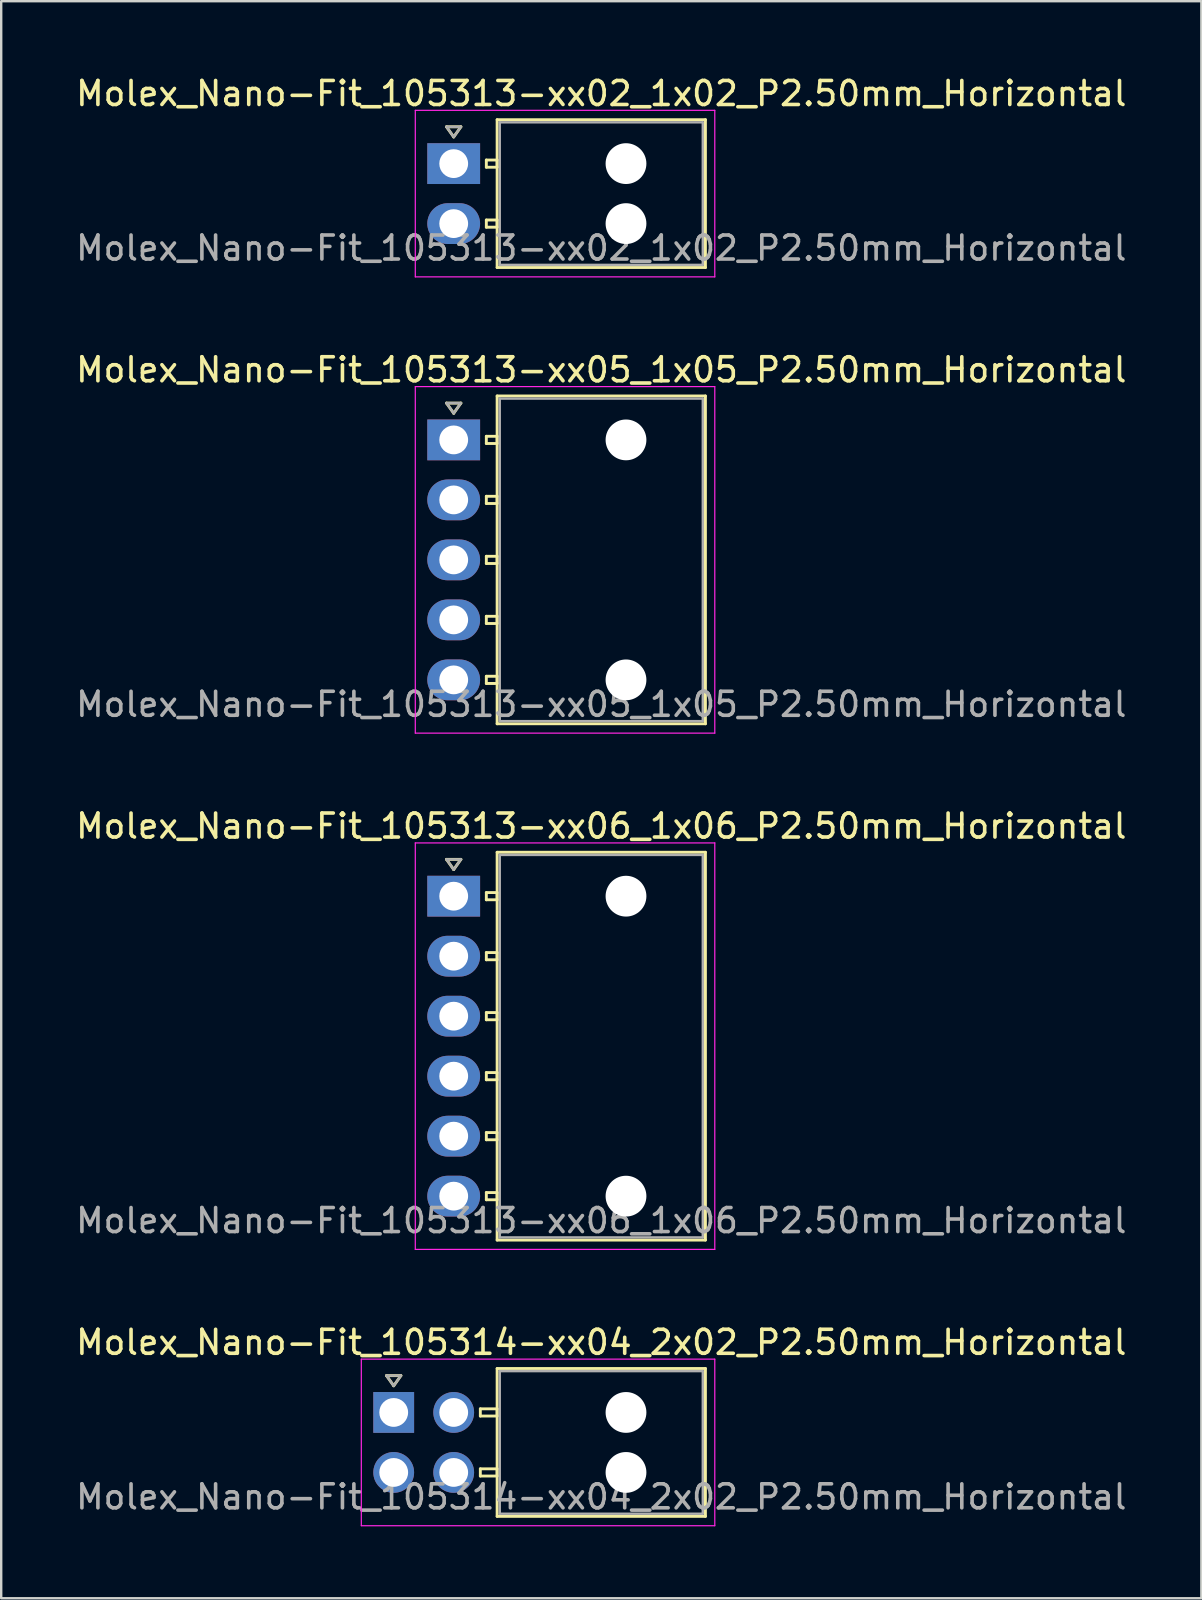
<source format=kicad_pcb>
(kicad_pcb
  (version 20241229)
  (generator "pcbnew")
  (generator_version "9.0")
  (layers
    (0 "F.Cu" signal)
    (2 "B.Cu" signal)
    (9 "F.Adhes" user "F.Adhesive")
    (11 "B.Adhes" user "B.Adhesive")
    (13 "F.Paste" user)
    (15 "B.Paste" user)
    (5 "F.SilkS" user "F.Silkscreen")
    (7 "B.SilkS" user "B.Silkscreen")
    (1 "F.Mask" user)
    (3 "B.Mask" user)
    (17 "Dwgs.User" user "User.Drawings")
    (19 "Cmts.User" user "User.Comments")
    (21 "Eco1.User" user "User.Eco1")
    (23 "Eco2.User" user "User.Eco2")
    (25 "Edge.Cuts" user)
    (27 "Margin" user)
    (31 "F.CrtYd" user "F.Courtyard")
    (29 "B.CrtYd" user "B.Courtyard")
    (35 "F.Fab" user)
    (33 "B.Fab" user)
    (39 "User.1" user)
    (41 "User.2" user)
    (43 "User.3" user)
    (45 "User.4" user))
  (footprint "Molex_Nano-Fit_105313-xx06_1x06_P2.50mm_Horizontal"
    (layer "F.Cu")
    (at 15.856 34.295)
    (property "Reference" "Molex_Nano-Fit_105313-xx06_1x06_P2.50mm_Horizontal" (at 6.15 -2.92 0) (layer "F.SilkS") (effects (font (size 1 1) (thickness 0.15))))
    (attr through_hole)
    (fp_line (start -0.3 -1.534) (end 0 -1.11) (stroke (width 0.12) (type solid)) (layer "F.SilkS"))
    (fp_line (start 0 -1.11) (end 0.3 -1.534) (stroke (width 0.12) (type solid)) (layer "F.SilkS"))
    (fp_line (start 0.3 -1.534) (end -0.3 -1.534) (stroke (width 0.12) (type solid)) (layer "F.SilkS"))
    (fp_line (start 1.36 -0.15) (end 1.36 0.15) (stroke (width 0.12) (type solid)) (layer "F.SilkS"))
    (fp_line (start 1.36 0.15) (end 1.81 0.15) (stroke (width 0.12) (type solid)) (layer "F.SilkS"))
    (fp_line (start 1.36 2.35) (end 1.36 2.65) (stroke (width 0.12) (type solid)) (layer "F.SilkS"))
    (fp_line (start 1.36 2.65) (end 1.81 2.65) (stroke (width 0.12) (type solid)) (layer "F.SilkS"))
    (fp_line (start 1.36 4.85) (end 1.36 5.15) (stroke (width 0.12) (type solid)) (layer "F.SilkS"))
    (fp_line (start 1.36 5.15) (end 1.81 5.15) (stroke (width 0.12) (type solid)) (layer "F.SilkS"))
    (fp_line (start 1.36 7.35) (end 1.36 7.65) (stroke (width 0.12) (type solid)) (layer "F.SilkS"))
    (fp_line (start 1.36 7.65) (end 1.81 7.65) (stroke (width 0.12) (type solid)) (layer "F.SilkS"))
    (fp_line (start 1.36 9.85) (end 1.36 10.15) (stroke (width 0.12) (type solid)) (layer "F.SilkS"))
    (fp_line (start 1.36 10.15) (end 1.81 10.15) (stroke (width 0.12) (type solid)) (layer "F.SilkS"))
    (fp_line (start 1.36 12.35) (end 1.36 12.65) (stroke (width 0.12) (type solid)) (layer "F.SilkS"))
    (fp_line (start 1.36 12.65) (end 1.81 12.65) (stroke (width 0.12) (type solid)) (layer "F.SilkS"))
    (fp_line (start 1.81 -1.83) (end 1.81 14.33) (stroke (width 0.12) (type solid)) (layer "F.SilkS"))
    (fp_line (start 1.81 -0.15) (end 1.36 -0.15) (stroke (width 0.12) (type solid)) (layer "F.SilkS"))
    (fp_line (start 1.81 0.15) (end 1.81 -0.15) (stroke (width 0.12) (type solid)) (layer "F.SilkS"))
    (fp_line (start 1.81 2.35) (end 1.36 2.35) (stroke (width 0.12) (type solid)) (layer "F.SilkS"))
    (fp_line (start 1.81 2.65) (end 1.81 2.35) (stroke (width 0.12) (type solid)) (layer "F.SilkS"))
    (fp_line (start 1.81 4.85) (end 1.36 4.85) (stroke (width 0.12) (type solid)) (layer "F.SilkS"))
    (fp_line (start 1.81 5.15) (end 1.81 4.85) (stroke (width 0.12) (type solid)) (layer "F.SilkS"))
    (fp_line (start 1.81 7.35) (end 1.36 7.35) (stroke (width 0.12) (type solid)) (layer "F.SilkS"))
    (fp_line (start 1.81 7.65) (end 1.81 7.35) (stroke (width 0.12) (type solid)) (layer "F.SilkS"))
    (fp_line (start 1.81 9.85) (end 1.36 9.85) (stroke (width 0.12) (type solid)) (layer "F.SilkS"))
    (fp_line (start 1.81 10.15) (end 1.81 9.85) (stroke (width 0.12) (type solid)) (layer "F.SilkS"))
    (fp_line (start 1.81 12.35) (end 1.36 12.35) (stroke (width 0.12) (type solid)) (layer "F.SilkS"))
    (fp_line (start 1.81 12.65) (end 1.81 12.35) (stroke (width 0.12) (type solid)) (layer "F.SilkS"))
    (fp_line (start 1.81 14.33) (end 10.49 14.33) (stroke (width 0.12) (type solid)) (layer "F.SilkS"))
    (fp_line (start 10.49 -1.83) (end 1.81 -1.83) (stroke (width 0.12) (type solid)) (layer "F.SilkS"))
    (fp_line (start 10.49 14.33) (end 10.49 -1.83) (stroke (width 0.12) (type solid)) (layer "F.SilkS"))
    (fp_line (start -1.6 -2.22) (end -1.6 14.72) (stroke (width 0.05) (type solid)) (layer "F.CrtYd"))
    (fp_line (start -1.6 14.72) (end 10.88 14.72) (stroke (width 0.05) (type solid)) (layer "F.CrtYd"))
    (fp_line (start 10.88 -2.22) (end -1.6 -2.22) (stroke (width 0.05) (type solid)) (layer "F.CrtYd"))
    (fp_line (start 10.88 14.72) (end 10.88 -2.22) (stroke (width 0.05) (type solid)) (layer "F.CrtYd"))
    (fp_line (start -0.3 -1.534) (end 0 -1.11) (stroke (width 0.1) (type solid)) (layer "F.Fab"))
    (fp_line (start 0 -1.11) (end 0.3 -1.534) (stroke (width 0.1) (type solid)) (layer "F.Fab"))
    (fp_line (start 0.3 -1.534) (end -0.3 -1.534) (stroke (width 0.1) (type solid)) (layer "F.Fab"))
    (fp_line (start 1.92 -1.72) (end 1.92 14.22) (stroke (width 0.1) (type solid)) (layer "F.Fab"))
    (fp_line (start 1.92 14.22) (end 10.38 14.22) (stroke (width 0.1) (type solid)) (layer "F.Fab"))
    (fp_line (start 10.38 -1.72) (end 1.92 -1.72) (stroke (width 0.1) (type solid)) (layer "F.Fab"))
    (fp_line (start 10.38 14.22) (end 10.38 -1.72) (stroke (width 0.1) (type solid)) (layer "F.Fab"))
    (fp_text user "${REFERENCE}" (at 6.15 13.52 0) (layer "F.Fab") (effects (font (size 1 1) (thickness 0.15))))
    (pad "" np_thru_hole circle (at 7.18 0) (size 1.7 1.7) (drill 1.7) (layers "*.Cu" "*.Mask"))
    (pad "" np_thru_hole circle (at 7.18 12.5) (size 1.7 1.7) (drill 1.7) (layers "*.Cu" "*.Mask"))
    (pad "1" thru_hole rect (at 0 0) (size 2.2 1.7) (drill 1.2) (layers "*.Cu" "*.Mask"))
    (pad "2" thru_hole oval (at 0 2.5) (size 2.2 1.7) (drill 1.2) (layers "*.Cu" "*.Mask"))
    (pad "3" thru_hole oval (at 0 5) (size 2.2 1.7) (drill 1.2) (layers "*.Cu" "*.Mask"))
    (pad "4" thru_hole oval (at 0 7.5) (size 2.2 1.7) (drill 1.2) (layers "*.Cu" "*.Mask"))
    (pad "5" thru_hole oval (at 0 10) (size 2.2 1.7) (drill 1.2) (layers "*.Cu" "*.Mask"))
    (pad "6" thru_hole oval (at 0 12.5) (size 2.2 1.7) (drill 1.2) (layers "*.Cu" "*.Mask")))
  (footprint "Molex_Nano-Fit_105314-xx04_2x02_P2.50mm_Horizontal"
    (layer "F.Cu")
    (at 13.356 55.808)
    (property "Reference" "Molex_Nano-Fit_105314-xx04_2x02_P2.50mm_Horizontal" (at 8.65 -2.92 0) (layer "F.SilkS") (effects (font (size 1 1) (thickness 0.15))))
    (attr through_hole)
    (fp_line (start -0.3 -1.534) (end 0 -1.11) (stroke (width 0.12) (type solid)) (layer "F.SilkS"))
    (fp_line (start 0 -1.11) (end 0.3 -1.534) (stroke (width 0.12) (type solid)) (layer "F.SilkS"))
    (fp_line (start 0.3 -1.534) (end -0.3 -1.534) (stroke (width 0.12) (type solid)) (layer "F.SilkS"))
    (fp_line (start 3.61 -0.15) (end 3.61 0.15) (stroke (width 0.12) (type solid)) (layer "F.SilkS"))
    (fp_line (start 3.61 0.15) (end 4.31 0.15) (stroke (width 0.12) (type solid)) (layer "F.SilkS"))
    (fp_line (start 3.61 2.35) (end 3.61 2.65) (stroke (width 0.12) (type solid)) (layer "F.SilkS"))
    (fp_line (start 3.61 2.65) (end 4.31 2.65) (stroke (width 0.12) (type solid)) (layer "F.SilkS"))
    (fp_line (start 4.31 -1.83) (end 4.31 4.33) (stroke (width 0.12) (type solid)) (layer "F.SilkS"))
    (fp_line (start 4.31 -0.15) (end 3.61 -0.15) (stroke (width 0.12) (type solid)) (layer "F.SilkS"))
    (fp_line (start 4.31 0.15) (end 4.31 -0.15) (stroke (width 0.12) (type solid)) (layer "F.SilkS"))
    (fp_line (start 4.31 2.35) (end 3.61 2.35) (stroke (width 0.12) (type solid)) (layer "F.SilkS"))
    (fp_line (start 4.31 2.65) (end 4.31 2.35) (stroke (width 0.12) (type solid)) (layer "F.SilkS"))
    (fp_line (start 4.31 4.33) (end 12.99 4.33) (stroke (width 0.12) (type solid)) (layer "F.SilkS"))
    (fp_line (start 12.99 -1.83) (end 4.31 -1.83) (stroke (width 0.12) (type solid)) (layer "F.SilkS"))
    (fp_line (start 12.99 4.33) (end 12.99 -1.83) (stroke (width 0.12) (type solid)) (layer "F.SilkS"))
    (fp_line (start -1.35 -2.22) (end -1.35 4.72) (stroke (width 0.05) (type solid)) (layer "F.CrtYd"))
    (fp_line (start -1.35 4.72) (end 13.38 4.72) (stroke (width 0.05) (type solid)) (layer "F.CrtYd"))
    (fp_line (start 13.38 -2.22) (end -1.35 -2.22) (stroke (width 0.05) (type solid)) (layer "F.CrtYd"))
    (fp_line (start 13.38 4.72) (end 13.38 -2.22) (stroke (width 0.05) (type solid)) (layer "F.CrtYd"))
    (fp_line (start -0.3 -1.534) (end 0 -1.11) (stroke (width 0.1) (type solid)) (layer "F.Fab"))
    (fp_line (start 0 -1.11) (end 0.3 -1.534) (stroke (width 0.1) (type solid)) (layer "F.Fab"))
    (fp_line (start 0.3 -1.534) (end -0.3 -1.534) (stroke (width 0.1) (type solid)) (layer "F.Fab"))
    (fp_line (start 4.42 -1.72) (end 4.42 4.22) (stroke (width 0.1) (type solid)) (layer "F.Fab"))
    (fp_line (start 4.42 4.22) (end 12.88 4.22) (stroke (width 0.1) (type solid)) (layer "F.Fab"))
    (fp_line (start 12.88 -1.72) (end 4.42 -1.72) (stroke (width 0.1) (type solid)) (layer "F.Fab"))
    (fp_line (start 12.88 4.22) (end 12.88 -1.72) (stroke (width 0.1) (type solid)) (layer "F.Fab"))
    (fp_text user "${REFERENCE}" (at 8.65 3.52 0) (layer "F.Fab") (effects (font (size 1 1) (thickness 0.15))))
    (pad "" np_thru_hole circle (at 9.68 0) (size 1.7 1.7) (drill 1.7) (layers "*.Cu" "*.Mask"))
    (pad "" np_thru_hole circle (at 9.68 2.5) (size 1.7 1.7) (drill 1.7) (layers "*.Cu" "*.Mask"))
    (pad "1" thru_hole rect (at 0 0) (size 1.7 1.7) (drill 1.2) (layers "*.Cu" "*.Mask"))
    (pad "2" thru_hole circle (at 0 2.5) (size 1.7 1.7) (drill 1.2) (layers "*.Cu" "*.Mask"))
    (pad "3" thru_hole circle (at 2.5 0) (size 1.7 1.7) (drill 1.2) (layers "*.Cu" "*.Mask"))
    (pad "4" thru_hole circle (at 2.5 2.5) (size 1.7 1.7) (drill 1.2) (layers "*.Cu" "*.Mask")))
  (footprint "Molex_Nano-Fit_105313-xx05_1x05_P2.50mm_Horizontal"
    (layer "F.Cu")
    (at 15.856 15.281)
    (property "Reference" "Molex_Nano-Fit_105313-xx05_1x05_P2.50mm_Horizontal" (at 6.15 -2.92 0) (layer "F.SilkS") (effects (font (size 1 1) (thickness 0.15))))
    (attr through_hole)
    (fp_line (start -0.3 -1.534) (end 0 -1.11) (stroke (width 0.12) (type solid)) (layer "F.SilkS"))
    (fp_line (start 0 -1.11) (end 0.3 -1.534) (stroke (width 0.12) (type solid)) (layer "F.SilkS"))
    (fp_line (start 0.3 -1.534) (end -0.3 -1.534) (stroke (width 0.12) (type solid)) (layer "F.SilkS"))
    (fp_line (start 1.36 -0.15) (end 1.36 0.15) (stroke (width 0.12) (type solid)) (layer "F.SilkS"))
    (fp_line (start 1.36 0.15) (end 1.81 0.15) (stroke (width 0.12) (type solid)) (layer "F.SilkS"))
    (fp_line (start 1.36 2.35) (end 1.36 2.65) (stroke (width 0.12) (type solid)) (layer "F.SilkS"))
    (fp_line (start 1.36 2.65) (end 1.81 2.65) (stroke (width 0.12) (type solid)) (layer "F.SilkS"))
    (fp_line (start 1.36 4.85) (end 1.36 5.15) (stroke (width 0.12) (type solid)) (layer "F.SilkS"))
    (fp_line (start 1.36 5.15) (end 1.81 5.15) (stroke (width 0.12) (type solid)) (layer "F.SilkS"))
    (fp_line (start 1.36 7.35) (end 1.36 7.65) (stroke (width 0.12) (type solid)) (layer "F.SilkS"))
    (fp_line (start 1.36 7.65) (end 1.81 7.65) (stroke (width 0.12) (type solid)) (layer "F.SilkS"))
    (fp_line (start 1.36 9.85) (end 1.36 10.15) (stroke (width 0.12) (type solid)) (layer "F.SilkS"))
    (fp_line (start 1.36 10.15) (end 1.81 10.15) (stroke (width 0.12) (type solid)) (layer "F.SilkS"))
    (fp_line (start 1.81 -1.83) (end 1.81 11.83) (stroke (width 0.12) (type solid)) (layer "F.SilkS"))
    (fp_line (start 1.81 -0.15) (end 1.36 -0.15) (stroke (width 0.12) (type solid)) (layer "F.SilkS"))
    (fp_line (start 1.81 0.15) (end 1.81 -0.15) (stroke (width 0.12) (type solid)) (layer "F.SilkS"))
    (fp_line (start 1.81 2.35) (end 1.36 2.35) (stroke (width 0.12) (type solid)) (layer "F.SilkS"))
    (fp_line (start 1.81 2.65) (end 1.81 2.35) (stroke (width 0.12) (type solid)) (layer "F.SilkS"))
    (fp_line (start 1.81 4.85) (end 1.36 4.85) (stroke (width 0.12) (type solid)) (layer "F.SilkS"))
    (fp_line (start 1.81 5.15) (end 1.81 4.85) (stroke (width 0.12) (type solid)) (layer "F.SilkS"))
    (fp_line (start 1.81 7.35) (end 1.36 7.35) (stroke (width 0.12) (type solid)) (layer "F.SilkS"))
    (fp_line (start 1.81 7.65) (end 1.81 7.35) (stroke (width 0.12) (type solid)) (layer "F.SilkS"))
    (fp_line (start 1.81 9.85) (end 1.36 9.85) (stroke (width 0.12) (type solid)) (layer "F.SilkS"))
    (fp_line (start 1.81 10.15) (end 1.81 9.85) (stroke (width 0.12) (type solid)) (layer "F.SilkS"))
    (fp_line (start 1.81 11.83) (end 10.49 11.83) (stroke (width 0.12) (type solid)) (layer "F.SilkS"))
    (fp_line (start 10.49 -1.83) (end 1.81 -1.83) (stroke (width 0.12) (type solid)) (layer "F.SilkS"))
    (fp_line (start 10.49 11.83) (end 10.49 -1.83) (stroke (width 0.12) (type solid)) (layer "F.SilkS"))
    (fp_line (start -1.6 -2.22) (end -1.6 12.22) (stroke (width 0.05) (type solid)) (layer "F.CrtYd"))
    (fp_line (start -1.6 12.22) (end 10.88 12.22) (stroke (width 0.05) (type solid)) (layer "F.CrtYd"))
    (fp_line (start 10.88 -2.22) (end -1.6 -2.22) (stroke (width 0.05) (type solid)) (layer "F.CrtYd"))
    (fp_line (start 10.88 12.22) (end 10.88 -2.22) (stroke (width 0.05) (type solid)) (layer "F.CrtYd"))
    (fp_line (start -0.3 -1.534) (end 0 -1.11) (stroke (width 0.1) (type solid)) (layer "F.Fab"))
    (fp_line (start 0 -1.11) (end 0.3 -1.534) (stroke (width 0.1) (type solid)) (layer "F.Fab"))
    (fp_line (start 0.3 -1.534) (end -0.3 -1.534) (stroke (width 0.1) (type solid)) (layer "F.Fab"))
    (fp_line (start 1.92 -1.72) (end 1.92 11.72) (stroke (width 0.1) (type solid)) (layer "F.Fab"))
    (fp_line (start 1.92 11.72) (end 10.38 11.72) (stroke (width 0.1) (type solid)) (layer "F.Fab"))
    (fp_line (start 10.38 -1.72) (end 1.92 -1.72) (stroke (width 0.1) (type solid)) (layer "F.Fab"))
    (fp_line (start 10.38 11.72) (end 10.38 -1.72) (stroke (width 0.1) (type solid)) (layer "F.Fab"))
    (fp_text user "${REFERENCE}" (at 6.15 11.02 0) (layer "F.Fab") (effects (font (size 1 1) (thickness 0.15))))
    (pad "" np_thru_hole circle (at 7.18 0) (size 1.7 1.7) (drill 1.7) (layers "*.Cu" "*.Mask"))
    (pad "" np_thru_hole circle (at 7.18 10) (size 1.7 1.7) (drill 1.7) (layers "*.Cu" "*.Mask"))
    (pad "1" thru_hole rect (at 0 0) (size 2.2 1.7) (drill 1.2) (layers "*.Cu" "*.Mask"))
    (pad "2" thru_hole oval (at 0 2.5) (size 2.2 1.7) (drill 1.2) (layers "*.Cu" "*.Mask"))
    (pad "3" thru_hole oval (at 0 5) (size 2.2 1.7) (drill 1.2) (layers "*.Cu" "*.Mask"))
    (pad "4" thru_hole oval (at 0 7.5) (size 2.2 1.7) (drill 1.2) (layers "*.Cu" "*.Mask"))
    (pad "5" thru_hole oval (at 0 10) (size 2.2 1.7) (drill 1.2) (layers "*.Cu" "*.Mask")))
  (footprint "Molex_Nano-Fit_105313-xx02_1x02_P2.50mm_Horizontal"
    (layer "F.Cu")
    (at 15.856 3.768)
    (property "Reference" "Molex_Nano-Fit_105313-xx02_1x02_P2.50mm_Horizontal" (at 6.15 -2.92 0) (layer "F.SilkS") (effects (font (size 1 1) (thickness 0.15))))
    (attr through_hole)
    (fp_line (start -0.3 -1.534) (end 0 -1.11) (stroke (width 0.12) (type solid)) (layer "F.SilkS"))
    (fp_line (start 0 -1.11) (end 0.3 -1.534) (stroke (width 0.12) (type solid)) (layer "F.SilkS"))
    (fp_line (start 0.3 -1.534) (end -0.3 -1.534) (stroke (width 0.12) (type solid)) (layer "F.SilkS"))
    (fp_line (start 1.36 -0.15) (end 1.36 0.15) (stroke (width 0.12) (type solid)) (layer "F.SilkS"))
    (fp_line (start 1.36 0.15) (end 1.81 0.15) (stroke (width 0.12) (type solid)) (layer "F.SilkS"))
    (fp_line (start 1.36 2.35) (end 1.36 2.65) (stroke (width 0.12) (type solid)) (layer "F.SilkS"))
    (fp_line (start 1.36 2.65) (end 1.81 2.65) (stroke (width 0.12) (type solid)) (layer "F.SilkS"))
    (fp_line (start 1.81 -1.83) (end 1.81 4.33) (stroke (width 0.12) (type solid)) (layer "F.SilkS"))
    (fp_line (start 1.81 -0.15) (end 1.36 -0.15) (stroke (width 0.12) (type solid)) (layer "F.SilkS"))
    (fp_line (start 1.81 0.15) (end 1.81 -0.15) (stroke (width 0.12) (type solid)) (layer "F.SilkS"))
    (fp_line (start 1.81 2.35) (end 1.36 2.35) (stroke (width 0.12) (type solid)) (layer "F.SilkS"))
    (fp_line (start 1.81 2.65) (end 1.81 2.35) (stroke (width 0.12) (type solid)) (layer "F.SilkS"))
    (fp_line (start 1.81 4.33) (end 10.49 4.33) (stroke (width 0.12) (type solid)) (layer "F.SilkS"))
    (fp_line (start 10.49 -1.83) (end 1.81 -1.83) (stroke (width 0.12) (type solid)) (layer "F.SilkS"))
    (fp_line (start 10.49 4.33) (end 10.49 -1.83) (stroke (width 0.12) (type solid)) (layer "F.SilkS"))
    (fp_line (start -1.6 -2.22) (end -1.6 4.72) (stroke (width 0.05) (type solid)) (layer "F.CrtYd"))
    (fp_line (start -1.6 4.72) (end 10.88 4.72) (stroke (width 0.05) (type solid)) (layer "F.CrtYd"))
    (fp_line (start 10.88 -2.22) (end -1.6 -2.22) (stroke (width 0.05) (type solid)) (layer "F.CrtYd"))
    (fp_line (start 10.88 4.72) (end 10.88 -2.22) (stroke (width 0.05) (type solid)) (layer "F.CrtYd"))
    (fp_line (start -0.3 -1.534) (end 0 -1.11) (stroke (width 0.1) (type solid)) (layer "F.Fab"))
    (fp_line (start 0 -1.11) (end 0.3 -1.534) (stroke (width 0.1) (type solid)) (layer "F.Fab"))
    (fp_line (start 0.3 -1.534) (end -0.3 -1.534) (stroke (width 0.1) (type solid)) (layer "F.Fab"))
    (fp_line (start 1.92 -1.72) (end 1.92 4.22) (stroke (width 0.1) (type solid)) (layer "F.Fab"))
    (fp_line (start 1.92 4.22) (end 10.38 4.22) (stroke (width 0.1) (type solid)) (layer "F.Fab"))
    (fp_line (start 10.38 -1.72) (end 1.92 -1.72) (stroke (width 0.1) (type solid)) (layer "F.Fab"))
    (fp_line (start 10.38 4.22) (end 10.38 -1.72) (stroke (width 0.1) (type solid)) (layer "F.Fab"))
    (fp_text user "${REFERENCE}" (at 6.15 3.52 0) (layer "F.Fab") (effects (font (size 1 1) (thickness 0.15))))
    (pad "" np_thru_hole circle (at 7.18 0) (size 1.7 1.7) (drill 1.7) (layers "*.Cu" "*.Mask"))
    (pad "" np_thru_hole circle (at 7.18 2.5) (size 1.7 1.7) (drill 1.7) (layers "*.Cu" "*.Mask"))
    (pad "1" thru_hole rect (at 0 0) (size 2.2 1.7) (drill 1.2) (layers "*.Cu" "*.Mask"))
    (pad "2" thru_hole oval (at 0 2.5) (size 2.2 1.7) (drill 1.2) (layers "*.Cu" "*.Mask")))
  (gr_rect
    (start -3 -3)
    (end 47.012 63.553)
    (stroke (width 0.1) (type default))
    (fill no)
    (layer "Edge.Cuts")))
</source>
